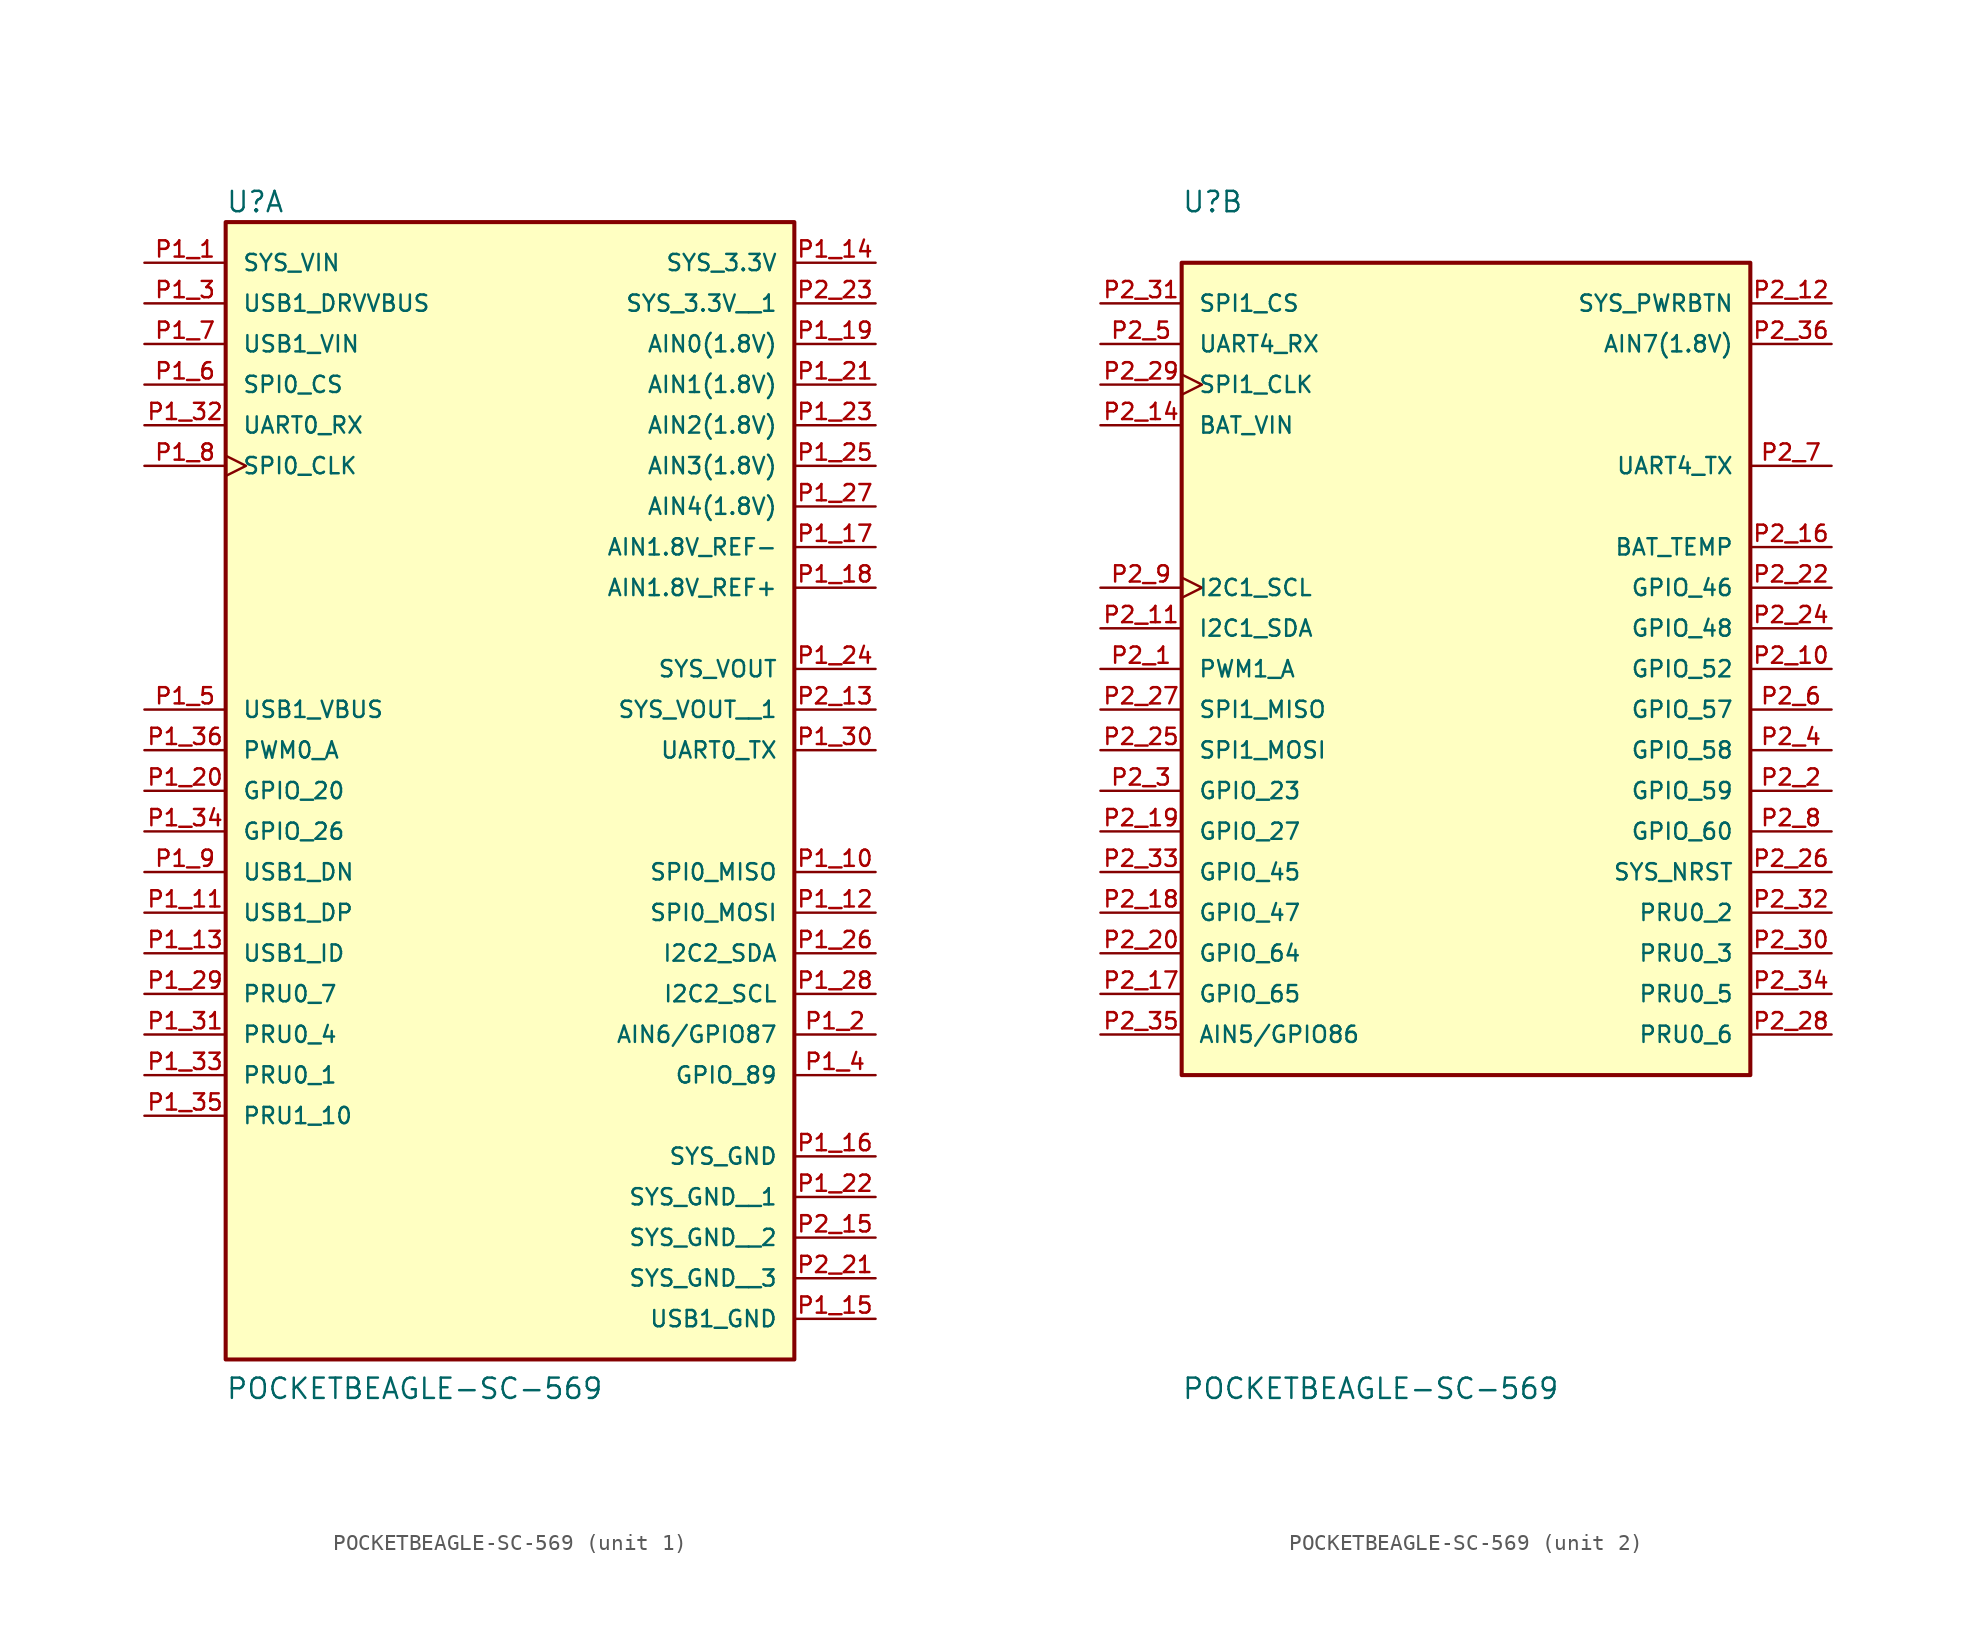
<source format=kicad_sym>
(kicad_symbol_lib
  (version 20211014)
  (generator kicad_symbol_editor)
  (symbol "POCKETBEAGLE-SC-569"
    (pin_names
      (offset 1.016))
    (property "Reference" "U"
      (at -17.789 28.462 0)
      (effects (font (size 1.27 1.27)) (justify bottom left)))
    (property "Value" "POCKETBEAGLE-SC-569"
      (at -17.794 -45.747 0)
      (effects (font (size 1.27 1.27)) (justify bottom left)))
    (symbol "POCKETBEAGLE-SC-569_1_0"
      (rectangle (start -17.78 -43.18) (end 17.78 27.94) (stroke (width 0.254)) (fill (type background)))
      (pin input line (at -22.86 25.4 0) (length 5.08) (name "SYS_VIN" (effects (font (size 1.016 1.016)))) (number "P1_1" (effects (font (size 1.016 1.016)))))
      (pin input line (at -22.86 22.86 0) (length 5.08) (name "USB1_DRVVBUS" (effects (font (size 1.016 1.016)))) (number "P1_3" (effects (font (size 1.016 1.016)))))
      (pin bidirectional line (at -22.86 -2.54 0) (length 5.08) (name "USB1_VBUS" (effects (font (size 1.016 1.016)))) (number "P1_5" (effects (font (size 1.016 1.016)))))
      (pin input line (at -22.86 20.32 0) (length 5.08) (name "USB1_VIN" (effects (font (size 1.016 1.016)))) (number "P1_7" (effects (font (size 1.016 1.016)))))
      (pin bidirectional line (at -22.86 -12.7 0) (length 5.08) (name "USB1_DN" (effects (font (size 1.016 1.016)))) (number "P1_9" (effects (font (size 1.016 1.016)))))
      (pin bidirectional line (at -22.86 -15.24 0) (length 5.08) (name "USB1_DP" (effects (font (size 1.016 1.016)))) (number "P1_11" (effects (font (size 1.016 1.016)))))
      (pin bidirectional line (at -22.86 -17.78 0) (length 5.08) (name "USB1_ID" (effects (font (size 1.016 1.016)))) (number "P1_13" (effects (font (size 1.016 1.016)))))
      (pin power_in line (at 22.86 -40.64 180.0) (length 5.08) (name "USB1_GND" (effects (font (size 1.016 1.016)))) (number "P1_15" (effects (font (size 1.016 1.016)))))
      (pin power_in line (at 22.86 7.62 180.0) (length 5.08) (name "AIN1.8V_REF-" (effects (font (size 1.016 1.016)))) (number "P1_17" (effects (font (size 1.016 1.016)))))
      (pin bidirectional line (at -22.86 -20.32 0) (length 5.08) (name "PRU0_7" (effects (font (size 1.016 1.016)))) (number "P1_29" (effects (font (size 1.016 1.016)))))
      (pin bidirectional line (at -22.86 -25.4 0) (length 5.08) (name "PRU0_1" (effects (font (size 1.016 1.016)))) (number "P1_33" (effects (font (size 1.016 1.016)))))
      (pin bidirectional line (at -22.86 -22.86 0) (length 5.08) (name "PRU0_4" (effects (font (size 1.016 1.016)))) (number "P1_31" (effects (font (size 1.016 1.016)))))
      (pin bidirectional line (at -22.86 -27.94 0) (length 5.08) (name "PRU1_10" (effects (font (size 1.016 1.016)))) (number "P1_35" (effects (font (size 1.016 1.016)))))
      (pin bidirectional line (at -22.86 -5.08 0) (length 5.08) (name "PWM0_A" (effects (font (size 1.016 1.016)))) (number "P1_36" (effects (font (size 1.016 1.016)))))
      (pin bidirectional line (at -22.86 -10.16 0) (length 5.08) (name "GPIO_26" (effects (font (size 1.016 1.016)))) (number "P1_34" (effects (font (size 1.016 1.016)))))
      (pin input line (at -22.86 15.24 0) (length 5.08) (name "UART0_RX" (effects (font (size 1.016 1.016)))) (number "P1_32" (effects (font (size 1.016 1.016)))))
      (pin output line (at 22.86 -5.08 180.0) (length 5.08) (name "UART0_TX" (effects (font (size 1.016 1.016)))) (number "P1_30" (effects (font (size 1.016 1.016)))))
      (pin bidirectional line (at 22.86 -20.32 180.0) (length 5.08) (name "I2C2_SCL" (effects (font (size 1.016 1.016)))) (number "P1_28" (effects (font (size 1.016 1.016)))))
      (pin bidirectional line (at 22.86 -17.78 180.0) (length 5.08) (name "I2C2_SDA" (effects (font (size 1.016 1.016)))) (number "P1_26" (effects (font (size 1.016 1.016)))))
      (pin output line (at 22.86 0.0 180.0) (length 5.08) (name "SYS_VOUT" (effects (font (size 1.016 1.016)))) (number "P1_24" (effects (font (size 1.016 1.016)))))
      (pin bidirectional line (at -22.86 -7.62 0) (length 5.08) (name "GPIO_20" (effects (font (size 1.016 1.016)))) (number "P1_20" (effects (font (size 1.016 1.016)))))
      (pin power_in line (at 22.86 -30.48 180.0) (length 5.08) (name "SYS_GND" (effects (font (size 1.016 1.016)))) (number "P1_16" (effects (font (size 1.016 1.016)))))
      (pin power_in line (at 22.86 25.4 180.0) (length 5.08) (name "SYS_3.3V" (effects (font (size 1.016 1.016)))) (number "P1_14" (effects (font (size 1.016 1.016)))))
      (pin bidirectional line (at 22.86 -12.7 180.0) (length 5.08) (name "SPI0_MISO" (effects (font (size 1.016 1.016)))) (number "P1_10" (effects (font (size 1.016 1.016)))))
      (pin bidirectional line (at 22.86 -15.24 180.0) (length 5.08) (name "SPI0_MOSI" (effects (font (size 1.016 1.016)))) (number "P1_12" (effects (font (size 1.016 1.016)))))
      (pin input clock (at -22.86 12.7 0) (length 5.08) (name "SPI0_CLK" (effects (font (size 1.016 1.016)))) (number "P1_8" (effects (font (size 1.016 1.016)))))
      (pin input line (at -22.86 17.78 0) (length 5.08) (name "SPI0_CS" (effects (font (size 1.016 1.016)))) (number "P1_6" (effects (font (size 1.016 1.016)))))
      (pin bidirectional line (at 22.86 -25.4 180.0) (length 5.08) (name "GPIO_89" (effects (font (size 1.016 1.016)))) (number "P1_4" (effects (font (size 1.016 1.016)))))
      (pin bidirectional line (at 22.86 -22.86 180.0) (length 5.08) (name "AIN6/GPIO87" (effects (font (size 1.016 1.016)))) (number "P1_2" (effects (font (size 1.016 1.016)))))
      (pin power_in line (at 22.86 20.32 180.0) (length 5.08) (name "AIN0(1.8V)" (effects (font (size 1.016 1.016)))) (number "P1_19" (effects (font (size 1.016 1.016)))))
      (pin power_in line (at 22.86 17.78 180.0) (length 5.08) (name "AIN1(1.8V)" (effects (font (size 1.016 1.016)))) (number "P1_21" (effects (font (size 1.016 1.016)))))
      (pin power_in line (at 22.86 15.24 180.0) (length 5.08) (name "AIN2(1.8V)" (effects (font (size 1.016 1.016)))) (number "P1_23" (effects (font (size 1.016 1.016)))))
      (pin power_in line (at 22.86 12.7 180.0) (length 5.08) (name "AIN3(1.8V)" (effects (font (size 1.016 1.016)))) (number "P1_25" (effects (font (size 1.016 1.016)))))
      (pin power_in line (at 22.86 10.16 180.0) (length 5.08) (name "AIN4(1.8V)" (effects (font (size 1.016 1.016)))) (number "P1_27" (effects (font (size 1.016 1.016)))))
      (pin power_in line (at 22.86 5.08 180.0) (length 5.08) (name "AIN1.8V_REF+" (effects (font (size 1.016 1.016)))) (number "P1_18" (effects (font (size 1.016 1.016)))))
      (pin power_in line (at 22.86 22.86 180.0) (length 5.08) (name "SYS_3.3V__1" (effects (font (size 1.016 1.016)))) (number "P2_23" (effects (font (size 1.016 1.016)))))
      (pin output line (at 22.86 -2.54 180.0) (length 5.08) (name "SYS_VOUT__1" (effects (font (size 1.016 1.016)))) (number "P2_13" (effects (font (size 1.016 1.016)))))
      (pin power_in line (at 22.86 -33.02 180.0) (length 5.08) (name "SYS_GND__1" (effects (font (size 1.016 1.016)))) (number "P1_22" (effects (font (size 1.016 1.016)))))
      (pin power_in line (at 22.86 -35.56 180.0) (length 5.08) (name "SYS_GND__2" (effects (font (size 1.016 1.016)))) (number "P2_15" (effects (font (size 1.016 1.016)))))
      (pin power_in line (at 22.86 -38.1 180.0) (length 5.08) (name "SYS_GND__3" (effects (font (size 1.016 1.016)))) (number "P2_21" (effects (font (size 1.016 1.016))))))
    (symbol "POCKETBEAGLE-SC-569_2_0"
      (rectangle (start -17.78 -25.4) (end 17.78 25.4) (stroke (width 0.254)) (fill (type background)))
      (pin bidirectional line (at -22.86 0.0 0) (length 5.08) (name "PWM1_A" (effects (font (size 1.016 1.016)))) (number "P2_1" (effects (font (size 1.016 1.016)))))
      (pin bidirectional line (at -22.86 -7.62 0) (length 5.08) (name "GPIO_23" (effects (font (size 1.016 1.016)))) (number "P2_3" (effects (font (size 1.016 1.016)))))
      (pin output line (at 22.86 12.7 180.0) (length 5.08) (name "UART4_TX" (effects (font (size 1.016 1.016)))) (number "P2_7" (effects (font (size 1.016 1.016)))))
      (pin input line (at -22.86 20.32 0) (length 5.08) (name "UART4_RX" (effects (font (size 1.016 1.016)))) (number "P2_5" (effects (font (size 1.016 1.016)))))
      (pin bidirectional line (at -22.86 -20.32 0) (length 5.08) (name "GPIO_65" (effects (font (size 1.016 1.016)))) (number "P2_17" (effects (font (size 1.016 1.016)))))
      (pin bidirectional line (at -22.86 -10.16 0) (length 5.08) (name "GPIO_27" (effects (font (size 1.016 1.016)))) (number "P2_19" (effects (font (size 1.016 1.016)))))
      (pin bidirectional line (at 22.86 -12.7 180.0) (length 5.08) (name "SYS_NRST" (effects (font (size 1.016 1.016)))) (number "P2_26" (effects (font (size 1.016 1.016)))))
      (pin bidirectional line (at 22.86 7.62 180.0) (length 5.08) (name "BAT_TEMP" (effects (font (size 1.016 1.016)))) (number "P2_16" (effects (font (size 1.016 1.016)))))
      (pin input line (at -22.86 15.24 0) (length 5.08) (name "BAT_VIN" (effects (font (size 1.016 1.016)))) (number "P2_14" (effects (font (size 1.016 1.016)))))
      (pin power_in line (at 22.86 22.86 180.0) (length 5.08) (name "SYS_PWRBTN" (effects (font (size 1.016 1.016)))) (number "P2_12" (effects (font (size 1.016 1.016)))))
      (pin bidirectional line (at -22.86 2.54 0) (length 5.08) (name "I2C1_SDA" (effects (font (size 1.016 1.016)))) (number "P2_11" (effects (font (size 1.016 1.016)))))
      (pin bidirectional clock (at -22.86 5.08 0) (length 5.08) (name "I2C1_SCL" (effects (font (size 1.016 1.016)))) (number "P2_9" (effects (font (size 1.016 1.016)))))
      (pin input line (at -22.86 22.86 0) (length 5.08) (name "SPI1_CS" (effects (font (size 1.016 1.016)))) (number "P2_31" (effects (font (size 1.016 1.016)))))
      (pin input clock (at -22.86 17.78 0) (length 5.08) (name "SPI1_CLK" (effects (font (size 1.016 1.016)))) (number "P2_29" (effects (font (size 1.016 1.016)))))
      (pin bidirectional line (at -22.86 -2.54 0) (length 5.08) (name "SPI1_MISO" (effects (font (size 1.016 1.016)))) (number "P2_27" (effects (font (size 1.016 1.016)))))
      (pin bidirectional line (at -22.86 -5.08 0) (length 5.08) (name "SPI1_MOSI" (effects (font (size 1.016 1.016)))) (number "P2_25" (effects (font (size 1.016 1.016)))))
      (pin bidirectional line (at -22.86 -12.7 0) (length 5.08) (name "GPIO_45" (effects (font (size 1.016 1.016)))) (number "P2_33" (effects (font (size 1.016 1.016)))))
      (pin bidirectional line (at -22.86 -22.86 0) (length 5.08) (name "AIN5/GPIO86" (effects (font (size 1.016 1.016)))) (number "P2_35" (effects (font (size 1.016 1.016)))))
      (pin bidirectional line (at 22.86 -7.62 180.0) (length 5.08) (name "GPIO_59" (effects (font (size 1.016 1.016)))) (number "P2_2" (effects (font (size 1.016 1.016)))))
      (pin bidirectional line (at 22.86 -5.08 180.0) (length 5.08) (name "GPIO_58" (effects (font (size 1.016 1.016)))) (number "P2_4" (effects (font (size 1.016 1.016)))))
      (pin bidirectional line (at 22.86 -2.54 180.0) (length 5.08) (name "GPIO_57" (effects (font (size 1.016 1.016)))) (number "P2_6" (effects (font (size 1.016 1.016)))))
      (pin bidirectional line (at 22.86 -10.16 180.0) (length 5.08) (name "GPIO_60" (effects (font (size 1.016 1.016)))) (number "P2_8" (effects (font (size 1.016 1.016)))))
      (pin bidirectional line (at 22.86 0.0 180.0) (length 5.08) (name "GPIO_52" (effects (font (size 1.016 1.016)))) (number "P2_10" (effects (font (size 1.016 1.016)))))
      (pin bidirectional line (at -22.86 -15.24 0) (length 5.08) (name "GPIO_47" (effects (font (size 1.016 1.016)))) (number "P2_18" (effects (font (size 1.016 1.016)))))
      (pin bidirectional line (at -22.86 -17.78 0) (length 5.08) (name "GPIO_64" (effects (font (size 1.016 1.016)))) (number "P2_20" (effects (font (size 1.016 1.016)))))
      (pin bidirectional line (at 22.86 5.08 180.0) (length 5.08) (name "GPIO_46" (effects (font (size 1.016 1.016)))) (number "P2_22" (effects (font (size 1.016 1.016)))))
      (pin bidirectional line (at 22.86 2.54 180.0) (length 5.08) (name "GPIO_48" (effects (font (size 1.016 1.016)))) (number "P2_24" (effects (font (size 1.016 1.016)))))
      (pin bidirectional line (at 22.86 -15.24 180.0) (length 5.08) (name "PRU0_2" (effects (font (size 1.016 1.016)))) (number "P2_32" (effects (font (size 1.016 1.016)))))
      (pin bidirectional line (at 22.86 -17.78 180.0) (length 5.08) (name "PRU0_3" (effects (font (size 1.016 1.016)))) (number "P2_30" (effects (font (size 1.016 1.016)))))
      (pin bidirectional line (at 22.86 -20.32 180.0) (length 5.08) (name "PRU0_5" (effects (font (size 1.016 1.016)))) (number "P2_34" (effects (font (size 1.016 1.016)))))
      (pin bidirectional line (at 22.86 -22.86 180.0) (length 5.08) (name "PRU0_6" (effects (font (size 1.016 1.016)))) (number "P2_28" (effects (font (size 1.016 1.016)))))
      (pin power_in line (at 22.86 20.32 180.0) (length 5.08) (name "AIN7(1.8V)" (effects (font (size 1.016 1.016)))) (number "P2_36" (effects (font (size 1.016 1.016))))))))
</source>
